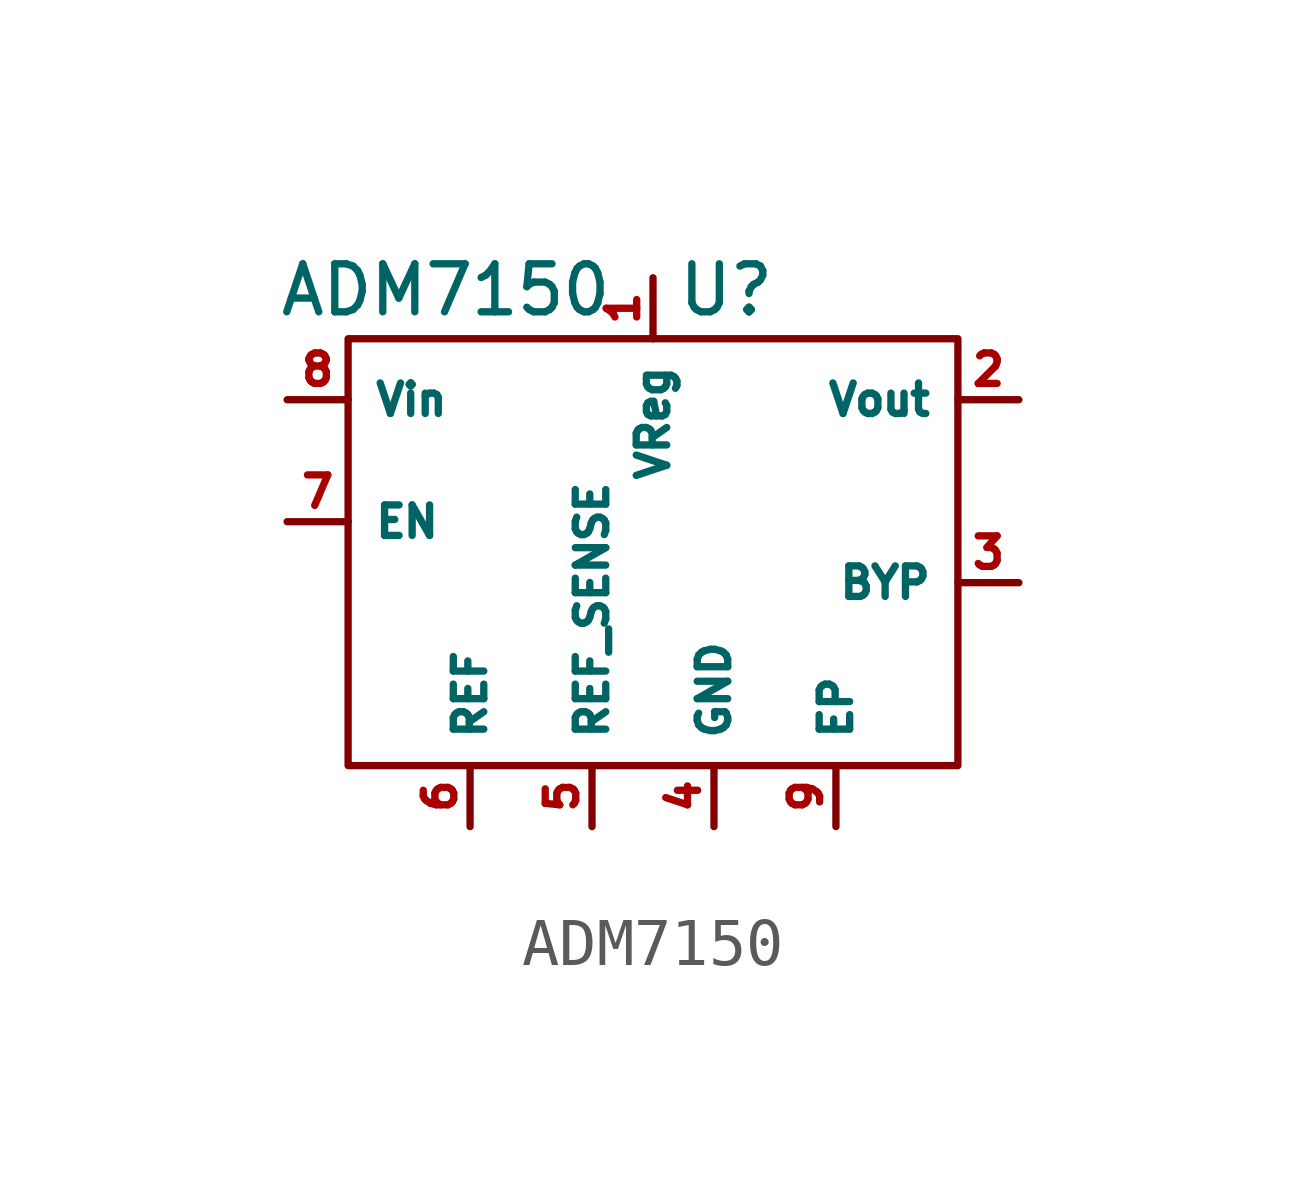
<source format=kicad_sym>
(kicad_symbol_lib
  (version 20241209)
  (generator "kicad_symbol_editor")
  (generator_version "9.0")
  (symbol "ADM7150"
    (property "Reference" "U"
      (at 1.524 6.096 0)
      (effects (font (size 1 1))))
    (property "Value" "ADM7150"
      (at -4.318 6.096 0)
      (effects (font (size 1 1))))
    (symbol "ADM7150_0_1"
      (rectangle (start -6.35 5.08) (end 6.35 -3.81) (stroke (width 0) (type default)) (fill (type none))))
    (symbol "ADM7150_1_1"
      (pin power_in line (at -7.62 3.81 0) (length 1.27) (name "Vin" (effects (font (size 0.635 0.635)))) (number "8" (effects (font (size 0.635 0.635)))))
      (pin input line (at -7.62 1.27 0) (length 1.27) (name "EN" (effects (font (size 0.635 0.635)))) (number "7" (effects (font (size 0.635 0.635)))))
      (pin output line (at -3.81 -5.08 90) (length 1.27) (name "REF" (effects (font (size 0.635 0.635)))) (number "6" (effects (font (size 0.635 0.635)))))
      (pin input line (at -1.27 -5.08 90) (length 1.27) (name "REF_SENSE" (effects (font (size 0.635 0.635)))) (number "5" (effects (font (size 0.635 0.635)))))
      (pin power_out line (at 0 6.35 270) (length 1.27) (name "VReg" (effects (font (size 0.635 0.635)))) (number "1" (effects (font (size 0.635 0.635)))))
      (pin power_in line (at 1.27 -5.08 90) (length 1.27) (name "GND" (effects (font (size 0.635 0.635)))) (number "4" (effects (font (size 0.635 0.635)))))
      (pin power_in line (at 3.81 -5.08 90) (length 1.27) (name "EP" (effects (font (size 0.635 0.635)))) (number "9" (effects (font (size 0.635 0.635)))))
      (pin power_out line (at 7.62 3.81 180) (length 1.27) (name "Vout" (effects (font (size 0.635 0.635)))) (number "2" (effects (font (size 0.635 0.635)))))
      (pin power_out line (at 7.62 0 180) (length 1.27) (name "BYP" (effects (font (size 0.635 0.635)))) (number "3" (effects (font (size 0.635 0.635))))))))
</source>
